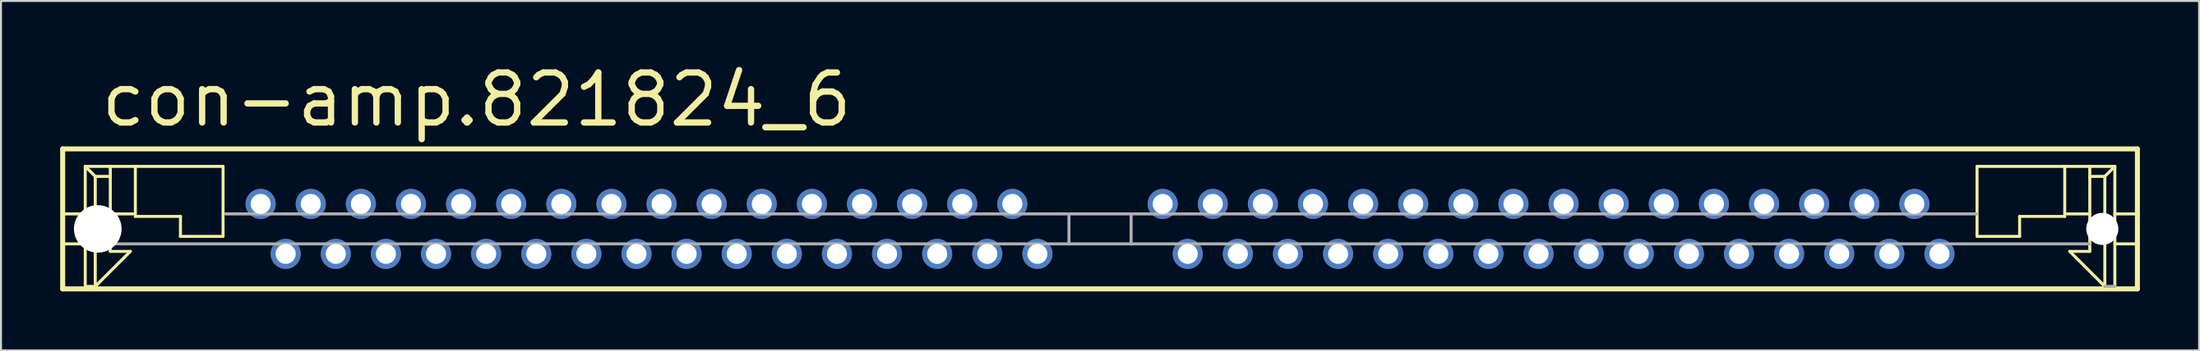
<source format=kicad_pcb>
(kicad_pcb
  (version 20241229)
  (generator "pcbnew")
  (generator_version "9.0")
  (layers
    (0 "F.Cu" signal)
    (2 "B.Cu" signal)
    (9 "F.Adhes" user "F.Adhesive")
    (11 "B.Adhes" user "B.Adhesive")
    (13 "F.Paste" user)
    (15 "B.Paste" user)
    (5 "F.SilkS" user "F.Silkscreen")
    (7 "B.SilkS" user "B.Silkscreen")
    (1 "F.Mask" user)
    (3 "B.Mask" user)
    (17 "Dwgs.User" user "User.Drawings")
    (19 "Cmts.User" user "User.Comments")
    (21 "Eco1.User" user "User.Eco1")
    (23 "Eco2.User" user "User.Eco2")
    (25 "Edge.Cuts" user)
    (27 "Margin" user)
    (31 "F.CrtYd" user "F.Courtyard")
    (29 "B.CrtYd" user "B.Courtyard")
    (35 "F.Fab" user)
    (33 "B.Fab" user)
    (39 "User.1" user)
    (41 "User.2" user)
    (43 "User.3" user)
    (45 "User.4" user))
  (footprint "con-amp.821824_6"
    (layer "F.Cu")
    (at 52.705 8.58)
    (property "Reference" "con-amp.821824_6" (at -50.8 -5.08 0) (layer "F.SilkS") (effects (font (size 2.54 2.54) (thickness 0.32)) (justify left bottom)))
    (attr through_hole)
    (fp_line (start -52.578 -4.064) (end 52.578 -4.064) (stroke (width 0.254) (type default)) (layer "F.SilkS"))
    (fp_line (start -52.578 -0.762) (end -51.435 -0.762) (stroke (width 0.152) (type default)) (layer "F.SilkS"))
    (fp_line (start -52.578 0.762) (end -51.435 0.762) (stroke (width 0.152) (type default)) (layer "F.SilkS"))
    (fp_line (start -52.578 3.048) (end -52.578 -4.064) (stroke (width 0.254) (type default)) (layer "F.SilkS"))
    (fp_line (start -51.435 -3.175) (end -51.435 2.921) (stroke (width 0.152) (type default)) (layer "F.SilkS"))
    (fp_line (start -51.435 -3.175) (end -50.927 -2.667) (stroke (width 0.152) (type default)) (layer "F.SilkS"))
    (fp_line (start -51.435 2.921) (end -50.927 2.921) (stroke (width 0.152) (type default)) (layer "F.SilkS"))
    (fp_line (start -50.927 -2.667) (end -50.927 2.921) (stroke (width 0.152) (type default)) (layer "F.SilkS"))
    (fp_line (start -50.927 2.921) (end -49.149 1.143) (stroke (width 0.152) (type default)) (layer "F.SilkS"))
    (fp_line (start -50.165 -3.175) (end -51.435 -3.175) (stroke (width 0.152) (type default)) (layer "F.SilkS"))
    (fp_line (start -50.165 -3.175) (end -48.895 -3.175) (stroke (width 0.152) (type default)) (layer "F.SilkS"))
    (fp_line (start -50.165 -2.667) (end -50.927 -2.667) (stroke (width 0.152) (type default)) (layer "F.SilkS"))
    (fp_line (start -50.165 -2.667) (end -50.165 -3.175) (stroke (width 0.152) (type default)) (layer "F.SilkS"))
    (fp_line (start -50.165 -0.762) (end -50.165 -2.667) (stroke (width 0.152) (type default)) (layer "F.SilkS"))
    (fp_line (start -50.165 -0.762) (end -49.022 -0.762) (stroke (width 0.152) (type default)) (layer "F.SilkS"))
    (fp_line (start -50.165 1.143) (end -50.165 -0.762) (stroke (width 0.152) (type default)) (layer "F.SilkS"))
    (fp_line (start -49.149 1.143) (end -50.165 1.143) (stroke (width 0.152) (type default)) (layer "F.SilkS"))
    (fp_line (start -48.895 -3.175) (end -48.895 -0.635) (stroke (width 0.152) (type default)) (layer "F.SilkS"))
    (fp_line (start -46.609 -0.635) (end -48.895 -0.635) (stroke (width 0.152) (type default)) (layer "F.SilkS"))
    (fp_line (start -46.609 0.381) (end -46.609 -0.635) (stroke (width 0.152) (type default)) (layer "F.SilkS"))
    (fp_line (start -46.609 0.381) (end -44.45 0.381) (stroke (width 0.152) (type default)) (layer "F.SilkS"))
    (fp_line (start -44.45 -3.175) (end -48.895 -3.175) (stroke (width 0.152) (type default)) (layer "F.SilkS"))
    (fp_line (start -44.45 0.381) (end -44.45 -3.175) (stroke (width 0.152) (type default)) (layer "F.SilkS"))
    (fp_line (start 44.45 -3.175) (end 48.895 -3.175) (stroke (width 0.152) (type default)) (layer "F.SilkS"))
    (fp_line (start 44.45 0.381) (end 44.45 -3.175) (stroke (width 0.152) (type default)) (layer "F.SilkS"))
    (fp_line (start 46.609 -0.635) (end 48.895 -0.635) (stroke (width 0.152) (type default)) (layer "F.SilkS"))
    (fp_line (start 46.609 0.381) (end 44.45 0.381) (stroke (width 0.152) (type default)) (layer "F.SilkS"))
    (fp_line (start 46.609 0.381) (end 46.609 -0.635) (stroke (width 0.152) (type default)) (layer "F.SilkS"))
    (fp_line (start 48.895 -3.175) (end 48.895 -0.635) (stroke (width 0.152) (type default)) (layer "F.SilkS"))
    (fp_line (start 49.149 1.143) (end 50.165 1.143) (stroke (width 0.152) (type default)) (layer "F.SilkS"))
    (fp_line (start 50.165 -3.175) (end 48.895 -3.175) (stroke (width 0.152) (type default)) (layer "F.SilkS"))
    (fp_line (start 50.165 -3.175) (end 51.435 -3.175) (stroke (width 0.152) (type default)) (layer "F.SilkS"))
    (fp_line (start 50.165 -2.667) (end 50.165 -3.175) (stroke (width 0.152) (type default)) (layer "F.SilkS"))
    (fp_line (start 50.165 -2.667) (end 50.927 -2.667) (stroke (width 0.152) (type default)) (layer "F.SilkS"))
    (fp_line (start 50.165 -0.762) (end 49.022 -0.762) (stroke (width 0.152) (type default)) (layer "F.SilkS"))
    (fp_line (start 50.165 -0.762) (end 50.165 -2.667) (stroke (width 0.152) (type default)) (layer "F.SilkS"))
    (fp_line (start 50.165 1.143) (end 50.165 -0.762) (stroke (width 0.152) (type default)) (layer "F.SilkS"))
    (fp_line (start 50.927 -2.667) (end 50.927 2.921) (stroke (width 0.152) (type default)) (layer "F.SilkS"))
    (fp_line (start 50.927 2.921) (end 49.149 1.143) (stroke (width 0.152) (type default)) (layer "F.SilkS"))
    (fp_line (start 51.435 -3.175) (end 50.927 -2.667) (stroke (width 0.152) (type default)) (layer "F.SilkS"))
    (fp_line (start 51.435 -3.175) (end 51.435 2.921) (stroke (width 0.152) (type default)) (layer "F.SilkS"))
    (fp_line (start 52.578 -4.064) (end 52.578 -0.762) (stroke (width 0.254) (type default)) (layer "F.SilkS"))
    (fp_line (start 52.578 -0.762) (end 51.435 -0.762) (stroke (width 0.152) (type default)) (layer "F.SilkS"))
    (fp_line (start 52.578 -0.762) (end 52.578 0.762) (stroke (width 0.254) (type default)) (layer "F.SilkS"))
    (fp_line (start 52.578 0.762) (end 51.435 0.762) (stroke (width 0.152) (type default)) (layer "F.SilkS"))
    (fp_line (start 52.578 0.762) (end 52.578 3.048) (stroke (width 0.254) (type default)) (layer "F.SilkS"))
    (fp_line (start 52.578 3.048) (end -52.578 3.048) (stroke (width 0.254) (type default)) (layer "F.SilkS"))
    (fp_line (start -50.165 0.762) (end -1.575 0.762) (stroke (width 0.152) (type default)) (layer "F.Fab"))
    (fp_line (start -44.323 -0.762) (end -1.575 -0.762) (stroke (width 0.152) (type default)) (layer "F.Fab"))
    (fp_line (start -1.575 -0.762) (end 1.575 -0.762) (stroke (width 0.152) (type default)) (layer "F.Fab"))
    (fp_line (start -1.575 0.762) (end -1.575 -0.762) (stroke (width 0.152) (type default)) (layer "F.Fab"))
    (fp_line (start -1.575 0.762) (end 1.575 0.762) (stroke (width 0.152) (type default)) (layer "F.Fab"))
    (fp_line (start 1.575 0.762) (end 1.575 -0.762) (stroke (width 0.152) (type default)) (layer "F.Fab"))
    (fp_line (start 44.45 -0.762) (end 1.575 -0.762) (stroke (width 0.152) (type default)) (layer "F.Fab"))
    (fp_line (start 50.165 0.762) (end 1.575 0.762) (stroke (width 0.152) (type default)) (layer "F.Fab"))
    (fp_line (start 51.435 2.921) (end 50.927 2.921) (stroke (width 0.152) (type default)) (layer "F.Fab"))
    (pad "" np_thru_hole circle (at -50.8 0) (size 2.413 2.413) (drill 2.413) (layers "*.Cu" "*.Mask"))
    (pad "" np_thru_hole circle (at 50.8 0) (size 1.626 1.626) (drill 1.626) (layers "*.Cu" "*.Mask"))
    (pad "1" thru_hole circle (at 42.545 1.27) (size 1.524 1.524) (drill 1.016) (layers "*.Cu" "*.Mask"))
    (pad "2" thru_hole circle (at 41.275 -1.27) (size 1.524 1.524) (drill 1.016) (layers "*.Cu" "*.Mask"))
    (pad "3" thru_hole circle (at 40.005 1.27) (size 1.524 1.524) (drill 1.016) (layers "*.Cu" "*.Mask"))
    (pad "4" thru_hole circle (at 38.735 -1.27) (size 1.524 1.524) (drill 1.016) (layers "*.Cu" "*.Mask"))
    (pad "5" thru_hole circle (at 37.465 1.27) (size 1.524 1.524) (drill 1.016) (layers "*.Cu" "*.Mask"))
    (pad "6" thru_hole circle (at 36.195 -1.27) (size 1.524 1.524) (drill 1.016) (layers "*.Cu" "*.Mask"))
    (pad "7" thru_hole circle (at 34.925 1.27) (size 1.524 1.524) (drill 1.016) (layers "*.Cu" "*.Mask"))
    (pad "8" thru_hole circle (at 33.655 -1.27) (size 1.524 1.524) (drill 1.016) (layers "*.Cu" "*.Mask"))
    (pad "9" thru_hole circle (at 32.385 1.27) (size 1.524 1.524) (drill 1.016) (layers "*.Cu" "*.Mask"))
    (pad "10" thru_hole circle (at 31.115 -1.27) (size 1.524 1.524) (drill 1.016) (layers "*.Cu" "*.Mask"))
    (pad "11" thru_hole circle (at 29.845 1.27) (size 1.524 1.524) (drill 1.016) (layers "*.Cu" "*.Mask"))
    (pad "12" thru_hole circle (at 28.575 -1.27) (size 1.524 1.524) (drill 1.016) (layers "*.Cu" "*.Mask"))
    (pad "13" thru_hole circle (at 27.305 1.27) (size 1.524 1.524) (drill 1.016) (layers "*.Cu" "*.Mask"))
    (pad "14" thru_hole circle (at 26.035 -1.27) (size 1.524 1.524) (drill 1.016) (layers "*.Cu" "*.Mask"))
    (pad "15" thru_hole circle (at 24.765 1.27) (size 1.524 1.524) (drill 1.016) (layers "*.Cu" "*.Mask"))
    (pad "16" thru_hole circle (at 23.495 -1.27) (size 1.524 1.524) (drill 1.016) (layers "*.Cu" "*.Mask"))
    (pad "17" thru_hole circle (at 22.225 1.27) (size 1.524 1.524) (drill 1.016) (layers "*.Cu" "*.Mask"))
    (pad "18" thru_hole circle (at 20.955 -1.27) (size 1.524 1.524) (drill 1.016) (layers "*.Cu" "*.Mask"))
    (pad "19" thru_hole circle (at 19.685 1.27) (size 1.524 1.524) (drill 1.016) (layers "*.Cu" "*.Mask"))
    (pad "20" thru_hole circle (at 18.415 -1.27) (size 1.524 1.524) (drill 1.016) (layers "*.Cu" "*.Mask"))
    (pad "21" thru_hole circle (at 17.145 1.27) (size 1.524 1.524) (drill 1.016) (layers "*.Cu" "*.Mask"))
    (pad "22" thru_hole circle (at 15.875 -1.27) (size 1.524 1.524) (drill 1.016) (layers "*.Cu" "*.Mask"))
    (pad "23" thru_hole circle (at 14.605 1.27) (size 1.524 1.524) (drill 1.016) (layers "*.Cu" "*.Mask"))
    (pad "24" thru_hole circle (at 13.335 -1.27) (size 1.524 1.524) (drill 1.016) (layers "*.Cu" "*.Mask"))
    (pad "25" thru_hole circle (at 12.065 1.27) (size 1.524 1.524) (drill 1.016) (layers "*.Cu" "*.Mask"))
    (pad "26" thru_hole circle (at 10.795 -1.27) (size 1.524 1.524) (drill 1.016) (layers "*.Cu" "*.Mask"))
    (pad "27" thru_hole circle (at 9.525 1.27) (size 1.524 1.524) (drill 1.016) (layers "*.Cu" "*.Mask"))
    (pad "28" thru_hole circle (at 8.255 -1.27) (size 1.524 1.524) (drill 1.016) (layers "*.Cu" "*.Mask"))
    (pad "29" thru_hole circle (at 6.985 1.27) (size 1.524 1.524) (drill 1.016) (layers "*.Cu" "*.Mask"))
    (pad "30" thru_hole circle (at 5.715 -1.27) (size 1.524 1.524) (drill 1.016) (layers "*.Cu" "*.Mask"))
    (pad "31" thru_hole circle (at 4.445 1.27) (size 1.524 1.524) (drill 1.016) (layers "*.Cu" "*.Mask"))
    (pad "32" thru_hole circle (at 3.175 -1.27) (size 1.524 1.524) (drill 1.016) (layers "*.Cu" "*.Mask"))
    (pad "33" thru_hole circle (at -3.175 1.27) (size 1.524 1.524) (drill 1.016) (layers "*.Cu" "*.Mask"))
    (pad "34" thru_hole circle (at -4.445 -1.27) (size 1.524 1.524) (drill 1.016) (layers "*.Cu" "*.Mask"))
    (pad "35" thru_hole circle (at -5.715 1.27) (size 1.524 1.524) (drill 1.016) (layers "*.Cu" "*.Mask"))
    (pad "36" thru_hole circle (at -6.985 -1.27) (size 1.524 1.524) (drill 1.016) (layers "*.Cu" "*.Mask"))
    (pad "37" thru_hole circle (at -8.255 1.27) (size 1.524 1.524) (drill 1.016) (layers "*.Cu" "*.Mask"))
    (pad "38" thru_hole circle (at -9.525 -1.27) (size 1.524 1.524) (drill 1.016) (layers "*.Cu" "*.Mask"))
    (pad "39" thru_hole circle (at -10.795 1.27) (size 1.524 1.524) (drill 1.016) (layers "*.Cu" "*.Mask"))
    (pad "40" thru_hole circle (at -12.065 -1.27) (size 1.524 1.524) (drill 1.016) (layers "*.Cu" "*.Mask"))
    (pad "41" thru_hole circle (at -13.335 1.27) (size 1.524 1.524) (drill 1.016) (layers "*.Cu" "*.Mask"))
    (pad "42" thru_hole circle (at -14.605 -1.27) (size 1.524 1.524) (drill 1.016) (layers "*.Cu" "*.Mask"))
    (pad "43" thru_hole circle (at -15.875 1.27) (size 1.524 1.524) (drill 1.016) (layers "*.Cu" "*.Mask"))
    (pad "44" thru_hole circle (at -17.145 -1.27) (size 1.524 1.524) (drill 1.016) (layers "*.Cu" "*.Mask"))
    (pad "45" thru_hole circle (at -18.415 1.27) (size 1.524 1.524) (drill 1.016) (layers "*.Cu" "*.Mask"))
    (pad "46" thru_hole circle (at -19.685 -1.27) (size 1.524 1.524) (drill 1.016) (layers "*.Cu" "*.Mask"))
    (pad "47" thru_hole circle (at -20.955 1.27) (size 1.524 1.524) (drill 1.016) (layers "*.Cu" "*.Mask"))
    (pad "48" thru_hole circle (at -22.225 -1.27) (size 1.524 1.524) (drill 1.016) (layers "*.Cu" "*.Mask"))
    (pad "49" thru_hole circle (at -23.495 1.27) (size 1.524 1.524) (drill 1.016) (layers "*.Cu" "*.Mask"))
    (pad "50" thru_hole circle (at -24.765 -1.27) (size 1.524 1.524) (drill 1.016) (layers "*.Cu" "*.Mask"))
    (pad "51" thru_hole circle (at -26.035 1.27) (size 1.524 1.524) (drill 1.016) (layers "*.Cu" "*.Mask"))
    (pad "52" thru_hole circle (at -27.305 -1.27) (size 1.524 1.524) (drill 1.016) (layers "*.Cu" "*.Mask"))
    (pad "53" thru_hole circle (at -28.575 1.27) (size 1.524 1.524) (drill 1.016) (layers "*.Cu" "*.Mask"))
    (pad "54" thru_hole circle (at -29.845 -1.27) (size 1.524 1.524) (drill 1.016) (layers "*.Cu" "*.Mask"))
    (pad "55" thru_hole circle (at -31.115 1.27) (size 1.524 1.524) (drill 1.016) (layers "*.Cu" "*.Mask"))
    (pad "56" thru_hole circle (at -32.385 -1.27) (size 1.524 1.524) (drill 1.016) (layers "*.Cu" "*.Mask"))
    (pad "57" thru_hole circle (at -33.655 1.27) (size 1.524 1.524) (drill 1.016) (layers "*.Cu" "*.Mask"))
    (pad "58" thru_hole circle (at -34.925 -1.27) (size 1.524 1.524) (drill 1.016) (layers "*.Cu" "*.Mask"))
    (pad "59" thru_hole circle (at -36.195 1.27) (size 1.524 1.524) (drill 1.016) (layers "*.Cu" "*.Mask"))
    (pad "60" thru_hole circle (at -37.465 -1.27) (size 1.524 1.524) (drill 1.016) (layers "*.Cu" "*.Mask"))
    (pad "61" thru_hole circle (at -38.735 1.27) (size 1.524 1.524) (drill 1.016) (layers "*.Cu" "*.Mask"))
    (pad "62" thru_hole circle (at -40.005 -1.27) (size 1.524 1.524) (drill 1.016) (layers "*.Cu" "*.Mask"))
    (pad "63" thru_hole circle (at -41.275 1.27) (size 1.524 1.524) (drill 1.016) (layers "*.Cu" "*.Mask"))
    (pad "64" thru_hole circle (at -42.545 -1.27) (size 1.524 1.524) (drill 1.016) (layers "*.Cu" "*.Mask")))
  (gr_rect
    (start -3 -3)
    (end 108.41 14.755)
    (stroke (width 0.1) (type default))
    (fill no)
    (layer "Edge.Cuts")))
</source>
